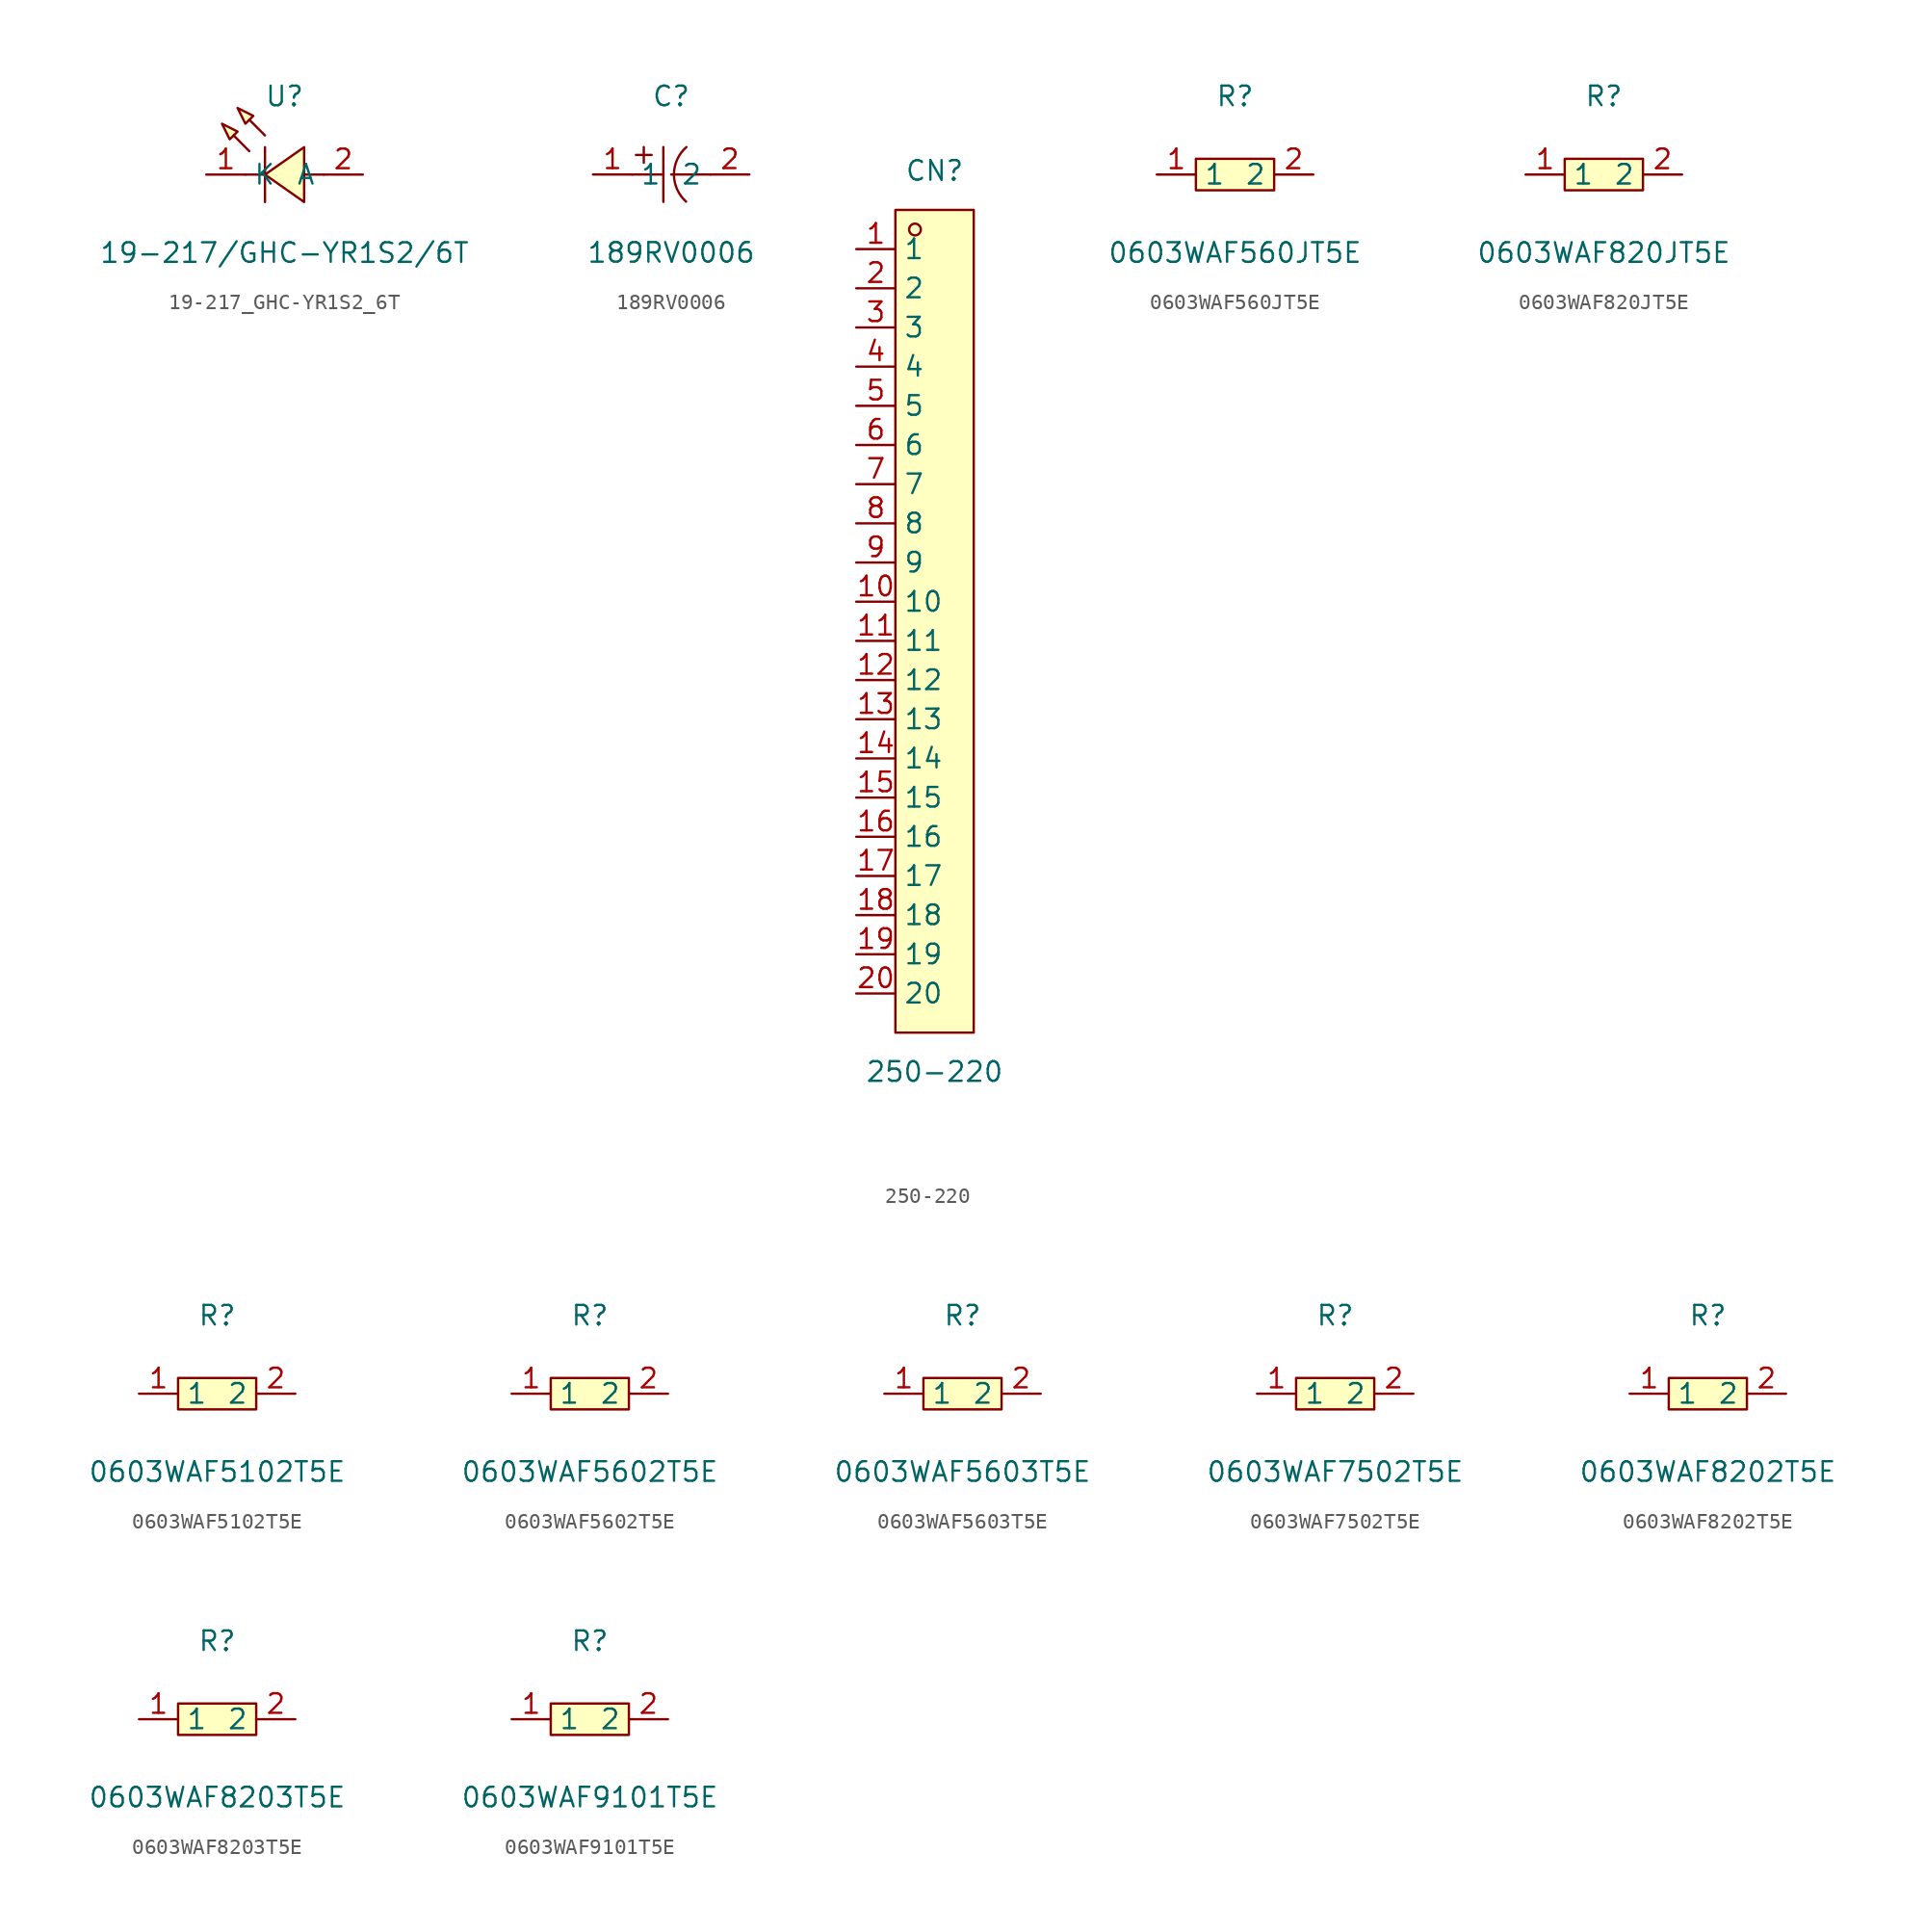
<source format=kicad_sym>
(kicad_symbol_lib
  (version 20231120)
  (generator "kicad_symbol_editor")
  (generator_version "8.0")
  (symbol "19-217_GHC-YR1S2_6T"
    (property "Reference" "U"
      (at 0 7.62 0)
      (effects (font (size 1.27 1.27))))
    (property "Value" "19-217/GHC-YR1S2/6T"
      (at 0 -2.54 0)
      (effects (font (size 1.27 1.27))))
    (symbol "19-217_GHC-YR1S2_6T_0_1"
      (polyline (pts (xy -4.06 5.84) (xy -3.05 5.33) (xy -3.56 4.83) (xy -4.06 5.84)) (stroke (width 0) (type default) (color 0 0 0 0)) (fill (type background)))
      (polyline (pts (xy -3.05 6.86) (xy -2.03 6.35) (xy -2.54 5.84) (xy -3.05 6.86)) (stroke (width 0) (type default) (color 0 0 0 0)) (fill (type background)))
      (polyline (pts (xy 1.27 4.32) (xy -1.27 2.54) (xy 1.27 0.76) (xy 1.27 4.32)) (stroke (width 0) (type default) (color 0 0 0 0)) (fill (type background)))
      (polyline (pts (xy -2.29 4.06) (xy -3.30 5.08) (xy -2.29 4.06)) (stroke (width 0) (type default) (color 0 0 0 0)) (fill (type background)))
      (polyline (pts (xy -1.27 5.08) (xy -2.29 6.10) (xy -1.27 5.08)) (stroke (width 0) (type default) (color 0 0 0 0)) (fill (type background)))
      (polyline (pts (xy -1.27 2.54) (xy -2.54 2.54)) (stroke (width 0) (type default) (color 0 0 0 0)) (fill (type none)))
      (polyline (pts (xy 2.54 2.54) (xy 1.27 2.54)) (stroke (width 0) (type default) (color 0 0 0 0)) (fill (type none)))
      (polyline (pts (xy -1.27 4.32) (xy -1.27 0.76)) (stroke (width 0) (type default) (color 0 0 0 0)) (fill (type none)))
      (pin unspecified line (at -5.08 2.54 0) (length 2.54) (name "K" (effects (font (size 1.27 1.27)))) (number "1" (effects (font (size 1.27 1.27)))))
      (pin unspecified line (at 5.08 2.54 180) (length 2.54) (name "A" (effects (font (size 1.27 1.27)))) (number "2" (effects (font (size 1.27 1.27)))))))
  (symbol "189RV0006"
    (property "Reference" "C"
      (at 0 5.08 0)
      (effects (font (size 1.27 1.27))))
    (property "Value" "189RV0006"
      (at 0 -5.08 0)
      (effects (font (size 1.27 1.27))))
    (symbol "189RV0006_0_1"
      (polyline (pts (xy -2.54 0) (xy -0.51 0)) (stroke (width 0) (type default)) (fill (type none)))
      (polyline (pts (xy -2.29 1.27) (xy -1.27 1.27)) (stroke (width 0) (type default)) (fill (type none)))
      (polyline (pts (xy -1.78 1.78) (xy -1.78 0.76)) (stroke (width 0) (type default)) (fill (type none)))
      (polyline (pts (xy -0.51 1.78) (xy -0.51 -1.78)) (stroke (width 0) (type default)) (fill (type none)))
      (polyline (pts (xy 0 0) (xy 2.54 0)) (stroke (width 0) (type default)) (fill (type none)))
      (arc (start 0.987 1.7788) (mid 0.1787 0.0133) (end 0.967 -1.7612) (stroke (width 0) (type default)) (fill (type none)))
      (pin input line (at -5.08 0 0) (length 2.54) (name "1" (effects (font (size 1.27 1.27)))) (number "1" (effects (font (size 1.27 1.27)))))
      (pin input line (at 5.08 0 180) (length 2.54) (name "2" (effects (font (size 1.27 1.27)))) (number "2" (effects (font (size 1.27 1.27)))))))
  (symbol "250-220"
    (property "Reference" "CN"
      (at 0 29.21 0)
      (effects (font (size 1.27 1.27))))
    (property "Value" "250-220"
      (at 0 -29.21 0)
      (effects (font (size 1.27 1.27))))
    (symbol "250-220_0_1"
      (rectangle (start -2.54 26.67) (end 2.54 -26.67) (stroke (width 0) (type default)) (fill (type background)))
      (circle (center -1.27 25.4) (radius 0.38) (stroke (width 0) (type default)) (fill (type none)))
      (pin unspecified line (at -5.08 24.13 0) (length 2.54) (name "1" (effects (font (size 1.27 1.27)))) (number "1" (effects (font (size 1.27 1.27)))))
      (pin unspecified line (at -5.08 1.27 0) (length 2.54) (name "10" (effects (font (size 1.27 1.27)))) (number "10" (effects (font (size 1.27 1.27)))))
      (pin unspecified line (at -5.08 -1.27 0) (length 2.54) (name "11" (effects (font (size 1.27 1.27)))) (number "11" (effects (font (size 1.27 1.27)))))
      (pin unspecified line (at -5.08 -3.81 0) (length 2.54) (name "12" (effects (font (size 1.27 1.27)))) (number "12" (effects (font (size 1.27 1.27)))))
      (pin unspecified line (at -5.08 -6.35 0) (length 2.54) (name "13" (effects (font (size 1.27 1.27)))) (number "13" (effects (font (size 1.27 1.27)))))
      (pin unspecified line (at -5.08 -8.89 0) (length 2.54) (name "14" (effects (font (size 1.27 1.27)))) (number "14" (effects (font (size 1.27 1.27)))))
      (pin unspecified line (at -5.08 -11.43 0) (length 2.54) (name "15" (effects (font (size 1.27 1.27)))) (number "15" (effects (font (size 1.27 1.27)))))
      (pin unspecified line (at -5.08 -13.97 0) (length 2.54) (name "16" (effects (font (size 1.27 1.27)))) (number "16" (effects (font (size 1.27 1.27)))))
      (pin unspecified line (at -5.08 -16.51 0) (length 2.54) (name "17" (effects (font (size 1.27 1.27)))) (number "17" (effects (font (size 1.27 1.27)))))
      (pin unspecified line (at -5.08 -19.05 0) (length 2.54) (name "18" (effects (font (size 1.27 1.27)))) (number "18" (effects (font (size 1.27 1.27)))))
      (pin unspecified line (at -5.08 -21.59 0) (length 2.54) (name "19" (effects (font (size 1.27 1.27)))) (number "19" (effects (font (size 1.27 1.27)))))
      (pin unspecified line (at -5.08 21.59 0) (length 2.54) (name "2" (effects (font (size 1.27 1.27)))) (number "2" (effects (font (size 1.27 1.27)))))
      (pin unspecified line (at -5.08 -24.13 0) (length 2.54) (name "20" (effects (font (size 1.27 1.27)))) (number "20" (effects (font (size 1.27 1.27)))))
      (pin unspecified line (at -5.08 19.05 0) (length 2.54) (name "3" (effects (font (size 1.27 1.27)))) (number "3" (effects (font (size 1.27 1.27)))))
      (pin unspecified line (at -5.08 16.51 0) (length 2.54) (name "4" (effects (font (size 1.27 1.27)))) (number "4" (effects (font (size 1.27 1.27)))))
      (pin unspecified line (at -5.08 13.97 0) (length 2.54) (name "5" (effects (font (size 1.27 1.27)))) (number "5" (effects (font (size 1.27 1.27)))))
      (pin unspecified line (at -5.08 11.43 0) (length 2.54) (name "6" (effects (font (size 1.27 1.27)))) (number "6" (effects (font (size 1.27 1.27)))))
      (pin unspecified line (at -5.08 8.89 0) (length 2.54) (name "7" (effects (font (size 1.27 1.27)))) (number "7" (effects (font (size 1.27 1.27)))))
      (pin unspecified line (at -5.08 6.35 0) (length 2.54) (name "8" (effects (font (size 1.27 1.27)))) (number "8" (effects (font (size 1.27 1.27)))))
      (pin unspecified line (at -5.08 3.81 0) (length 2.54) (name "9" (effects (font (size 1.27 1.27)))) (number "9" (effects (font (size 1.27 1.27)))))))
  (symbol "0603WAF560JT5E"
    (property "Reference" "R"
      (at 0 5.08 0)
      (effects (font (size 1.27 1.27))))
    (property "Value" "0603WAF560JT5E"
      (at 0 -5.08 0)
      (effects (font (size 1.27 1.27))))
    (symbol "0603WAF560JT5E_0_1"
      (rectangle (start -2.54 1.02) (end 2.54 -1.02) (stroke (width 0) (type default)) (fill (type background)))
      (pin input line (at -5.08 0 0) (length 2.54) (name "1" (effects (font (size 1.27 1.27)))) (number "1" (effects (font (size 1.27 1.27)))))
      (pin input line (at 5.08 0 180) (length 2.54) (name "2" (effects (font (size 1.27 1.27)))) (number "2" (effects (font (size 1.27 1.27)))))))
  (symbol "0603WAF820JT5E"
    (property "Reference" "R"
      (at 0 5.08 0)
      (effects (font (size 1.27 1.27))))
    (property "Value" "0603WAF820JT5E"
      (at 0 -5.08 0)
      (effects (font (size 1.27 1.27))))
    (symbol "0603WAF820JT5E_0_1"
      (rectangle (start -2.54 1.02) (end 2.54 -1.02) (stroke (width 0) (type default)) (fill (type background)))
      (pin input line (at -5.08 0 0) (length 2.54) (name "1" (effects (font (size 1.27 1.27)))) (number "1" (effects (font (size 1.27 1.27)))))
      (pin input line (at 5.08 0 180) (length 2.54) (name "2" (effects (font (size 1.27 1.27)))) (number "2" (effects (font (size 1.27 1.27)))))))
  (symbol "0603WAF5102T5E"
    (property "Reference" "R"
      (at 0 5.08 0)
      (effects (font (size 1.27 1.27))))
    (property "Value" "0603WAF5102T5E"
      (at 0 -5.08 0)
      (effects (font (size 1.27 1.27))))
    (symbol "0603WAF5102T5E_0_1"
      (rectangle (start -2.54 1.02) (end 2.54 -1.02) (stroke (width 0) (type default)) (fill (type background)))
      (pin input line (at -5.08 0 0) (length 2.54) (name "1" (effects (font (size 1.27 1.27)))) (number "1" (effects (font (size 1.27 1.27)))))
      (pin input line (at 5.08 0 180) (length 2.54) (name "2" (effects (font (size 1.27 1.27)))) (number "2" (effects (font (size 1.27 1.27)))))))
  (symbol "0603WAF5602T5E"
    (property "Reference" "R"
      (at 0 5.08 0)
      (effects (font (size 1.27 1.27))))
    (property "Value" "0603WAF5602T5E"
      (at 0 -5.08 0)
      (effects (font (size 1.27 1.27))))
    (symbol "0603WAF5602T5E_0_1"
      (rectangle (start -2.54 1.02) (end 2.54 -1.02) (stroke (width 0) (type default)) (fill (type background)))
      (pin input line (at -5.08 0 0) (length 2.54) (name "1" (effects (font (size 1.27 1.27)))) (number "1" (effects (font (size 1.27 1.27)))))
      (pin input line (at 5.08 0 180) (length 2.54) (name "2" (effects (font (size 1.27 1.27)))) (number "2" (effects (font (size 1.27 1.27)))))))
  (symbol "0603WAF5603T5E"
    (property "Reference" "R"
      (at 0 5.08 0)
      (effects (font (size 1.27 1.27))))
    (property "Value" "0603WAF5603T5E"
      (at 0 -5.08 0)
      (effects (font (size 1.27 1.27))))
    (symbol "0603WAF5603T5E_0_1"
      (rectangle (start -2.54 1.02) (end 2.54 -1.02) (stroke (width 0) (type default)) (fill (type background)))
      (pin input line (at -5.08 0 0) (length 2.54) (name "1" (effects (font (size 1.27 1.27)))) (number "1" (effects (font (size 1.27 1.27)))))
      (pin input line (at 5.08 0 180) (length 2.54) (name "2" (effects (font (size 1.27 1.27)))) (number "2" (effects (font (size 1.27 1.27)))))))
  (symbol "0603WAF7502T5E"
    (property "Reference" "R"
      (at 0 5.08 0)
      (effects (font (size 1.27 1.27))))
    (property "Value" "0603WAF7502T5E"
      (at 0 -5.08 0)
      (effects (font (size 1.27 1.27))))
    (symbol "0603WAF7502T5E_0_1"
      (rectangle (start -2.54 1.02) (end 2.54 -1.02) (stroke (width 0) (type default)) (fill (type background)))
      (pin input line (at -5.08 0 0) (length 2.54) (name "1" (effects (font (size 1.27 1.27)))) (number "1" (effects (font (size 1.27 1.27)))))
      (pin input line (at 5.08 0 180) (length 2.54) (name "2" (effects (font (size 1.27 1.27)))) (number "2" (effects (font (size 1.27 1.27)))))))
  (symbol "0603WAF8202T5E"
    (property "Reference" "R"
      (at 0 5.08 0)
      (effects (font (size 1.27 1.27))))
    (property "Value" "0603WAF8202T5E"
      (at 0 -5.08 0)
      (effects (font (size 1.27 1.27))))
    (symbol "0603WAF8202T5E_0_1"
      (rectangle (start -2.54 1.02) (end 2.54 -1.02) (stroke (width 0) (type default)) (fill (type background)))
      (pin input line (at -5.08 0 0) (length 2.54) (name "1" (effects (font (size 1.27 1.27)))) (number "1" (effects (font (size 1.27 1.27)))))
      (pin input line (at 5.08 0 180) (length 2.54) (name "2" (effects (font (size 1.27 1.27)))) (number "2" (effects (font (size 1.27 1.27)))))))
  (symbol "0603WAF8203T5E"
    (property "Reference" "R"
      (at 0 5.08 0)
      (effects (font (size 1.27 1.27))))
    (property "Value" "0603WAF8203T5E"
      (at 0 -5.08 0)
      (effects (font (size 1.27 1.27))))
    (symbol "0603WAF8203T5E_0_1"
      (rectangle (start -2.54 1.02) (end 2.54 -1.02) (stroke (width 0) (type default)) (fill (type background)))
      (pin input line (at -5.08 0 0) (length 2.54) (name "1" (effects (font (size 1.27 1.27)))) (number "1" (effects (font (size 1.27 1.27)))))
      (pin input line (at 5.08 0 180) (length 2.54) (name "2" (effects (font (size 1.27 1.27)))) (number "2" (effects (font (size 1.27 1.27)))))))
  (symbol "0603WAF9101T5E"
    (property "Reference" "R"
      (at 0 5.08 0)
      (effects (font (size 1.27 1.27))))
    (property "Value" "0603WAF9101T5E"
      (at 0 -5.08 0)
      (effects (font (size 1.27 1.27))))
    (symbol "0603WAF9101T5E_0_1"
      (rectangle (start -2.54 1.02) (end 2.54 -1.02) (stroke (width 0) (type default)) (fill (type background)))
      (pin input line (at -5.08 0 0) (length 2.54) (name "1" (effects (font (size 1.27 1.27)))) (number "1" (effects (font (size 1.27 1.27)))))
      (pin input line (at 5.08 0 180) (length 2.54) (name "2" (effects (font (size 1.27 1.27)))) (number "2" (effects (font (size 1.27 1.27))))))))
</source>
